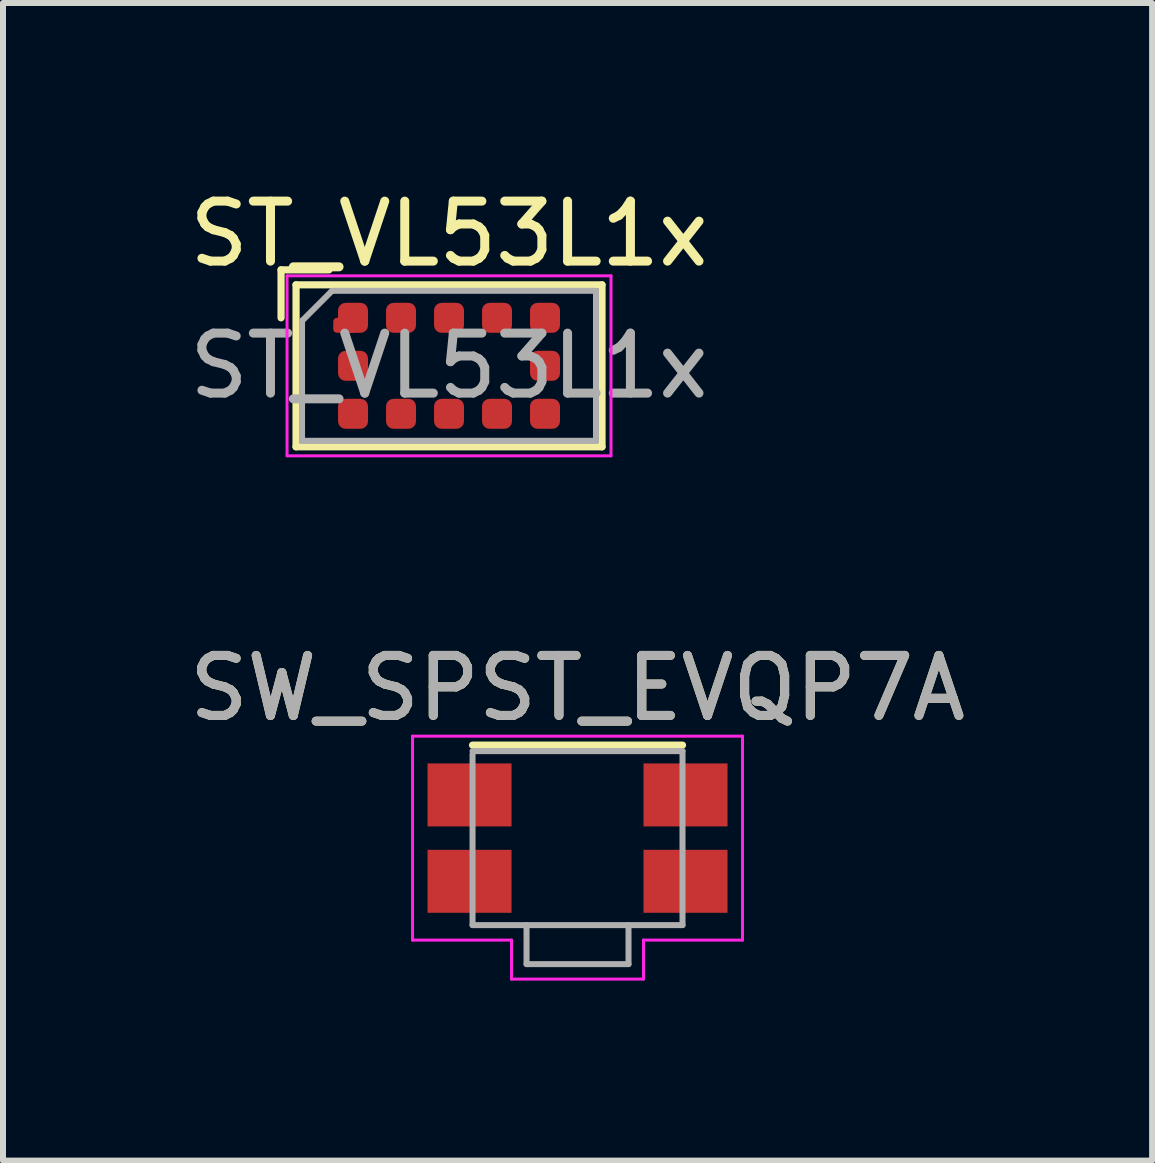
<source format=kicad_pcb>
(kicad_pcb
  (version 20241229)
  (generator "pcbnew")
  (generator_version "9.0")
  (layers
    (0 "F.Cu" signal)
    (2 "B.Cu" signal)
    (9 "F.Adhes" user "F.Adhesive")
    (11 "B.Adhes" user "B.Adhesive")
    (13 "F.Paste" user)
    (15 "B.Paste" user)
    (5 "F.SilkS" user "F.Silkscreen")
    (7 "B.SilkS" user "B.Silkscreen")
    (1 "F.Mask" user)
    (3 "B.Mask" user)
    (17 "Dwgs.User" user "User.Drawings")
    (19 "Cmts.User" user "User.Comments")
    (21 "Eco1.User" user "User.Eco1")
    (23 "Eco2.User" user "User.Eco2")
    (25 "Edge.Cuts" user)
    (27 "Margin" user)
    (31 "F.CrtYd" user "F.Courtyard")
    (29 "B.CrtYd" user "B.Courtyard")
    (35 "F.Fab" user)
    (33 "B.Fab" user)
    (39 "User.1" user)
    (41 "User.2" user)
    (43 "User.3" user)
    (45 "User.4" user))
  (footprint "SW_SPST_EVQP7A"
    (layer "F.Cu")
    (at 6.577 10.921)
    (property "Reference" "SW_SPST_EVQP7A" (at 0 -2.5 0) (layer "F.SilkS") (effects (font (size 1 1) (thickness 0.15))))
    (attr smd)
    (fp_line (start -1.75 -1.55) (end 1.75 -1.55) (stroke (width 0.12) (type solid)) (layer "F.SilkS"))
    (fp_line (start -2.75 -1.7) (end 2.75 -1.7) (stroke (width 0.05) (type solid)) (layer "F.CrtYd"))
    (fp_line (start -2.75 1.7) (end -2.75 -1.7) (stroke (width 0.05) (type solid)) (layer "F.CrtYd"))
    (fp_line (start -1.1 1.7) (end -2.75 1.7) (stroke (width 0.05) (type solid)) (layer "F.CrtYd"))
    (fp_line (start -1.1 2.35) (end -1.1 1.7) (stroke (width 0.05) (type solid)) (layer "F.CrtYd"))
    (fp_line (start 1.1 1.7) (end 1.1 2.35) (stroke (width 0.05) (type solid)) (layer "F.CrtYd"))
    (fp_line (start 1.1 2.35) (end -1.1 2.35) (stroke (width 0.05) (type solid)) (layer "F.CrtYd"))
    (fp_line (start 2.75 -1.7) (end 2.75 1.7) (stroke (width 0.05) (type solid)) (layer "F.CrtYd"))
    (fp_line (start 2.75 1.7) (end 1.1 1.7) (stroke (width 0.05) (type solid)) (layer "F.CrtYd"))
    (fp_line (start -1.75 -1.45) (end 1.75 -1.45) (stroke (width 0.1) (type solid)) (layer "F.Fab"))
    (fp_line (start -1.75 1.45) (end -1.75 -1.4) (stroke (width 0.1) (type solid)) (layer "F.Fab"))
    (fp_line (start -0.85 2.1) (end -0.85 1.45) (stroke (width 0.1) (type solid)) (layer "F.Fab"))
    (fp_line (start -0.85 2.1) (end 0.85 2.1) (stroke (width 0.1) (type solid)) (layer "F.Fab"))
    (fp_line (start 0.85 2.1) (end 0.85 1.45) (stroke (width 0.1) (type solid)) (layer "F.Fab"))
    (fp_line (start 1.75 -1.45) (end 1.75 1.45) (stroke (width 0.1) (type solid)) (layer "F.Fab"))
    (fp_line (start 1.75 1.45) (end -1.75 1.45) (stroke (width 0.1) (type solid)) (layer "F.Fab"))
    (fp_text user "${REFERENCE}" (at 0 -2.5 0) (layer "F.Fab") (effects (font (size 1 1) (thickness 0.15))))
    (pad "1" smd rect (at -1.8 -0.72) (size 1.4 1.05) (layers "F.Cu" "F.Mask" "F.Paste"))
    (pad "1" smd rect (at 1.8 -0.72) (size 1.4 1.05) (layers "F.Cu" "F.Mask" "F.Paste"))
    (pad "2" smd rect (at -1.8 0.72) (size 1.4 1.05) (layers "F.Cu" "F.Mask" "F.Paste"))
    (pad "2" smd rect (at 1.8 0.72) (size 1.4 1.05) (layers "F.Cu" "F.Mask" "F.Paste")))
  (footprint "ST_VL53L1x"
    (layer "F.Cu")
    (at 4.435 3.048)
    (property "Reference" "ST_VL53L1x" (at 0 -2.2 0) (layer "F.SilkS") (effects (font (size 1 1) (thickness 0.15))))
    (attr smd)
    (fp_line (start -2.8 -1.6) (end -2 -1.6) (stroke (width 0.12) (type solid)) (layer "F.SilkS"))
    (fp_line (start -2.8 -0.8) (end -2.8 -1.6) (stroke (width 0.12) (type solid)) (layer "F.SilkS"))
    (fp_line (start -2.55 -1.35) (end -2.55 1.35) (stroke (width 0.12) (type solid)) (layer "F.SilkS"))
    (fp_line (start -2.55 1.35) (end 2.55 1.35) (stroke (width 0.12) (type solid)) (layer "F.SilkS"))
    (fp_line (start 2.55 -1.35) (end -2.55 -1.35) (stroke (width 0.12) (type solid)) (layer "F.SilkS"))
    (fp_line (start 2.55 1.35) (end 2.55 -1.35) (stroke (width 0.12) (type solid)) (layer "F.SilkS"))
    (fp_line (start -2.7 -1.5) (end -2.7 1.5) (stroke (width 0.05) (type solid)) (layer "F.CrtYd"))
    (fp_line (start -2.7 1.5) (end 2.7 1.5) (stroke (width 0.05) (type solid)) (layer "F.CrtYd"))
    (fp_line (start 2.7 -1.5) (end -2.7 -1.5) (stroke (width 0.05) (type solid)) (layer "F.CrtYd"))
    (fp_line (start 2.7 1.5) (end 2.7 -1.5) (stroke (width 0.05) (type solid)) (layer "F.CrtYd"))
    (fp_line (start -2.45 -0.75) (end -2.45 1.25) (stroke (width 0.1) (type solid)) (layer "F.Fab"))
    (fp_line (start -2.45 -0.75) (end -1.95 -1.25) (stroke (width 0.1) (type solid)) (layer "F.Fab"))
    (fp_line (start -1.95 -1.25) (end 2.45 -1.25) (stroke (width 0.1) (type solid)) (layer "F.Fab"))
    (fp_line (start 2.45 -1.25) (end 2.45 1.25) (stroke (width 0.1) (type solid)) (layer "F.Fab"))
    (fp_line (start 2.45 1.25) (end -2.45 1.25) (stroke (width 0.1) (type solid)) (layer "F.Fab"))
    (fp_text user "${REFERENCE}" (at 0 0 0) (layer "F.Fab") (effects (font (size 1 1) (thickness 0.15))))
    (pad "1" smd roundrect (at -1.74 -0.675) (size 0.38 0.25) (layers "F.Cu" "F.Mask" "F.Paste") (roundrect_rratio 0.25))
    (pad "1" smd roundrect (at -1.6 -0.8) (size 0.5 0.5) (layers "F.Cu" "F.Mask" "F.Paste") (roundrect_rratio 0.25))
    (pad "2" smd roundrect (at -0.8 -0.8) (size 0.5 0.5) (layers "F.Cu" "F.Mask" "F.Paste") (roundrect_rratio 0.25))
    (pad "3" smd roundrect (at 0 -0.8) (size 0.5 0.5) (layers "F.Cu" "F.Mask" "F.Paste") (roundrect_rratio 0.25))
    (pad "4" smd roundrect (at 0.8 -0.8) (size 0.5 0.5) (layers "F.Cu" "F.Mask" "F.Paste") (roundrect_rratio 0.25))
    (pad "5" smd roundrect (at 1.6 -0.8) (size 0.5 0.5) (layers "F.Cu" "F.Mask" "F.Paste") (roundrect_rratio 0.25))
    (pad "6" smd roundrect (at 1.6 0) (size 0.5 0.5) (layers "F.Cu" "F.Mask" "F.Paste") (roundrect_rratio 0.25))
    (pad "7" smd roundrect (at 1.6 0.8) (size 0.5 0.5) (layers "F.Cu" "F.Mask" "F.Paste") (roundrect_rratio 0.25))
    (pad "8" smd roundrect (at 0.8 0.8) (size 0.5 0.5) (layers "F.Cu" "F.Mask" "F.Paste") (roundrect_rratio 0.25))
    (pad "9" smd roundrect (at 0 0.8) (size 0.5 0.5) (layers "F.Cu" "F.Mask" "F.Paste") (roundrect_rratio 0.25))
    (pad "10" smd roundrect (at -0.8 0.8) (size 0.5 0.5) (layers "F.Cu" "F.Mask" "F.Paste") (roundrect_rratio 0.25))
    (pad "11" smd roundrect (at -1.6 0.8) (size 0.5 0.5) (layers "F.Cu" "F.Mask" "F.Paste") (roundrect_rratio 0.25))
    (pad "12" smd roundrect (at -1.6 0) (size 0.5 0.5) (layers "F.Cu" "F.Mask" "F.Paste") (roundrect_rratio 0.25)))
  (gr_rect
    (start -3 -3)
    (end 16.155 16.297)
    (stroke (width 0.1) (type default))
    (fill no)
    (layer "Edge.Cuts")))
</source>
